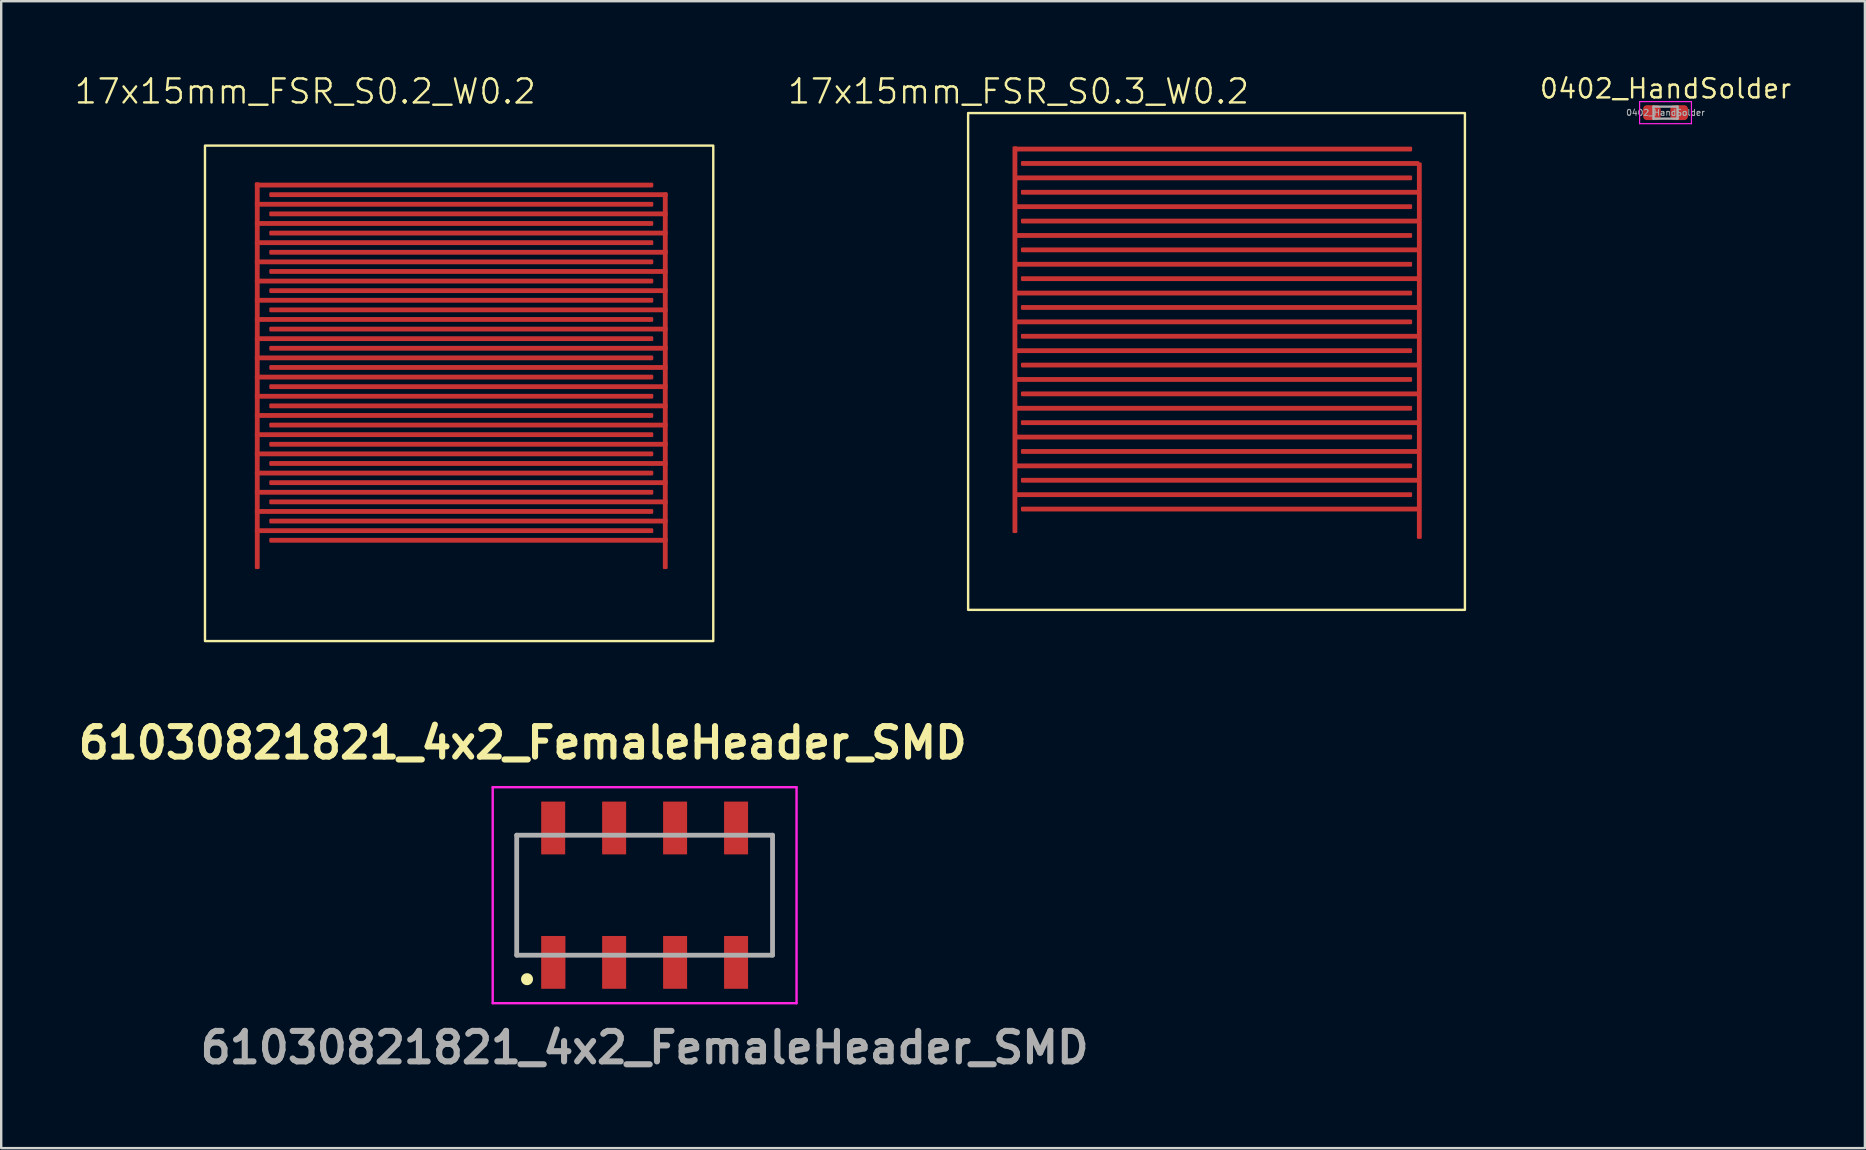
<source format=kicad_pcb>
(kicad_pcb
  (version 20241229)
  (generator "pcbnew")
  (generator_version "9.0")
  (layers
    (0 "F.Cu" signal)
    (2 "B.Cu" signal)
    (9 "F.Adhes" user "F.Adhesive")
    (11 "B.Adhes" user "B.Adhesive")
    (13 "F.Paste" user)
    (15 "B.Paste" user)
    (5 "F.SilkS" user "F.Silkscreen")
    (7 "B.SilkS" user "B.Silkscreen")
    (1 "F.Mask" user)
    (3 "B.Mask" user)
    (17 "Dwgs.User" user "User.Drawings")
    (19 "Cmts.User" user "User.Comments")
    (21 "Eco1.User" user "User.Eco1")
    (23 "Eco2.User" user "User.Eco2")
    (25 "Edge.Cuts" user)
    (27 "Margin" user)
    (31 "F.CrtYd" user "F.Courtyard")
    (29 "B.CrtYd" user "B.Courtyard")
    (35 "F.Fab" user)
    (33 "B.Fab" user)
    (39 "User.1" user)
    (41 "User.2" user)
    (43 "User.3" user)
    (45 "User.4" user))
  (footprint "17x15mm_FSR_S0.2_W0.2"
    (layer "F.Cu")
    (at 7.669 4.66)
    (property "Reference" "17x15mm_FSR_S0.2_W0.2" (at 2 -3.9 0) (unlocked yes) (layer "F.SilkS") (effects (font (size 1 1) (thickness 0.1))))
    (attr smd)
    (fp_rect (start -2.178 -1.644) (end 19 19) (stroke (width 0.1) (type default)) (fill no) (layer "F.SilkS"))
    (fp_rect (start 0 0) (end 17 15) (stroke (width 0.1) (type default)) (fill no) (layer "User.1"))
    (pad "1" smd roundrect (at 0 7.944) (size 0.2 16.112) (layers "F.Cu" "F.Mask" "F.Paste") (roundrect_rratio 0.25))
    (pad "1" smd roundrect (at 8.2 0) (size 16.6 0.2) (layers "F.Cu" "F.Mask" "F.Paste") (roundrect_rratio 0.25))
    (pad "1" smd roundrect (at 8.2 0.8) (size 16.6 0.2) (layers "F.Cu" "F.Mask" "F.Paste") (roundrect_rratio 0.25))
    (pad "1" smd roundrect (at 8.2 1.6) (size 16.6 0.2) (layers "F.Cu" "F.Mask" "F.Paste") (roundrect_rratio 0.25))
    (pad "1" smd roundrect (at 8.2 2.4) (size 16.6 0.2) (layers "F.Cu" "F.Mask" "F.Paste") (roundrect_rratio 0.25))
    (pad "1" smd roundrect (at 8.2 3.2) (size 16.6 0.2) (layers "F.Cu" "F.Mask" "F.Paste") (roundrect_rratio 0.25))
    (pad "1" smd roundrect (at 8.2 4) (size 16.6 0.2) (layers "F.Cu" "F.Mask" "F.Paste") (roundrect_rratio 0.25))
    (pad "1" smd roundrect (at 8.2 4.8) (size 16.6 0.2) (layers "F.Cu" "F.Mask" "F.Paste") (roundrect_rratio 0.25))
    (pad "1" smd roundrect (at 8.2 5.6) (size 16.6 0.2) (layers "F.Cu" "F.Mask" "F.Paste") (roundrect_rratio 0.25))
    (pad "1" smd roundrect (at 8.2 6.4) (size 16.6 0.2) (layers "F.Cu" "F.Mask" "F.Paste") (roundrect_rratio 0.25))
    (pad "1" smd roundrect (at 8.2 7.2) (size 16.6 0.2) (layers "F.Cu" "F.Mask" "F.Paste") (roundrect_rratio 0.25))
    (pad "1" smd roundrect (at 8.2 8) (size 16.6 0.2) (layers "F.Cu" "F.Mask" "F.Paste") (roundrect_rratio 0.25))
    (pad "1" smd roundrect (at 8.2 8.8) (size 16.6 0.2) (layers "F.Cu" "F.Mask" "F.Paste") (roundrect_rratio 0.25))
    (pad "1" smd roundrect (at 8.2 9.6) (size 16.6 0.2) (layers "F.Cu" "F.Mask" "F.Paste") (roundrect_rratio 0.25))
    (pad "1" smd roundrect (at 8.2 10.4) (size 16.6 0.2) (layers "F.Cu" "F.Mask" "F.Paste") (roundrect_rratio 0.25))
    (pad "1" smd roundrect (at 8.2 11.2) (size 16.6 0.2) (layers "F.Cu" "F.Mask" "F.Paste") (roundrect_rratio 0.25))
    (pad "1" smd roundrect (at 8.2 12) (size 16.6 0.2) (layers "F.Cu" "F.Mask" "F.Paste") (roundrect_rratio 0.25))
    (pad "1" smd roundrect (at 8.2 12.8) (size 16.6 0.2) (layers "F.Cu" "F.Mask" "F.Paste") (roundrect_rratio 0.25))
    (pad "1" smd roundrect (at 8.2 13.6) (size 16.6 0.2) (layers "F.Cu" "F.Mask" "F.Paste") (roundrect_rratio 0.25))
    (pad "1" smd roundrect (at 8.2 14.4) (size 16.6 0.2) (layers "F.Cu" "F.Mask" "F.Paste") (roundrect_rratio 0.25))
    (pad "2" smd roundrect (at 8.8 0.4) (size 16.6 0.2) (layers "F.Cu" "F.Mask" "F.Paste") (roundrect_rratio 0.25))
    (pad "2" smd roundrect (at 8.8 1.2) (size 16.6 0.2) (layers "F.Cu" "F.Mask" "F.Paste") (roundrect_rratio 0.25))
    (pad "2" smd roundrect (at 8.8 2) (size 16.6 0.2) (layers "F.Cu" "F.Mask" "F.Paste") (roundrect_rratio 0.25))
    (pad "2" smd roundrect (at 8.8 2.8) (size 16.6 0.2) (layers "F.Cu" "F.Mask" "F.Paste") (roundrect_rratio 0.25))
    (pad "2" smd roundrect (at 8.8 3.6) (size 16.6 0.2) (layers "F.Cu" "F.Mask" "F.Paste") (roundrect_rratio 0.25))
    (pad "2" smd roundrect (at 8.8 4.4) (size 16.6 0.2) (layers "F.Cu" "F.Mask" "F.Paste") (roundrect_rratio 0.25))
    (pad "2" smd roundrect (at 8.8 5.2) (size 16.6 0.2) (layers "F.Cu" "F.Mask" "F.Paste") (roundrect_rratio 0.25))
    (pad "2" smd roundrect (at 8.8 6) (size 16.6 0.2) (layers "F.Cu" "F.Mask" "F.Paste") (roundrect_rratio 0.25))
    (pad "2" smd roundrect (at 8.8 6.8) (size 16.6 0.2) (layers "F.Cu" "F.Mask" "F.Paste") (roundrect_rratio 0.25))
    (pad "2" smd roundrect (at 8.8 7.6) (size 16.6 0.2) (layers "F.Cu" "F.Mask" "F.Paste") (roundrect_rratio 0.25))
    (pad "2" smd roundrect (at 8.8 8.4) (size 16.6 0.2) (layers "F.Cu" "F.Mask" "F.Paste") (roundrect_rratio 0.25))
    (pad "2" smd roundrect (at 8.8 9.2) (size 16.6 0.2) (layers "F.Cu" "F.Mask" "F.Paste") (roundrect_rratio 0.25))
    (pad "2" smd roundrect (at 8.8 10) (size 16.6 0.2) (layers "F.Cu" "F.Mask" "F.Paste") (roundrect_rratio 0.25))
    (pad "2" smd roundrect (at 8.8 10.8) (size 16.6 0.2) (layers "F.Cu" "F.Mask" "F.Paste") (roundrect_rratio 0.25))
    (pad "2" smd roundrect (at 8.8 11.6) (size 16.6 0.2) (layers "F.Cu" "F.Mask" "F.Paste") (roundrect_rratio 0.25))
    (pad "2" smd roundrect (at 8.8 12.4) (size 16.6 0.2) (layers "F.Cu" "F.Mask" "F.Paste") (roundrect_rratio 0.25))
    (pad "2" smd roundrect (at 8.8 13.2) (size 16.6 0.2) (layers "F.Cu" "F.Mask" "F.Paste") (roundrect_rratio 0.25))
    (pad "2" smd roundrect (at 8.8 14) (size 16.6 0.2) (layers "F.Cu" "F.Mask" "F.Paste") (roundrect_rratio 0.25))
    (pad "2" smd roundrect (at 8.8 14.8) (size 16.6 0.2) (layers "F.Cu" "F.Mask" "F.Paste") (roundrect_rratio 0.25))
    (pad "2" smd roundrect (at 17 8.157) (size 0.2 15.687) (layers "F.Cu" "F.Mask" "F.Paste") (roundrect_rratio 0.25)))
  (footprint "61030821821_4x2_FemaleHeader_SMD"
    (layer "F.Cu")
    (at 23.809 34.249)
    (property "Reference" "61030821821_4x2_FemaleHeader_SMD" (at -5.08 -6.35 0) (layer "F.SilkS") (effects (font (size 1.27 1.27) (thickness 0.254))))
    (attr smd)
    (fp_line (start -5.33 -2.5) (end -5.33 2.5) (stroke (width 0.1) (type solid)) (layer "F.SilkS"))
    (fp_line (start 5.33 -2.5) (end 5.33 2.5) (stroke (width 0.1) (type solid)) (layer "F.SilkS"))
    (fp_circle (center -4.9 3.5) (end -4.7 3.5) (stroke (width 0.1) (type solid)) (fill yes) (layer "F.SilkS"))
    (fp_line (start -6.33 -4.5) (end 6.33 -4.5) (stroke (width 0.1) (type solid)) (layer "F.CrtYd"))
    (fp_line (start -6.33 4.5) (end -6.33 -4.5) (stroke (width 0.1) (type solid)) (layer "F.CrtYd"))
    (fp_line (start 6.33 -4.5) (end 6.33 4.5) (stroke (width 0.1) (type solid)) (layer "F.CrtYd"))
    (fp_line (start 6.33 4.5) (end -6.33 4.5) (stroke (width 0.1) (type solid)) (layer "F.CrtYd"))
    (fp_line (start -5.33 -2.5) (end 5.33 -2.5) (stroke (width 0.2) (type solid)) (layer "F.Fab"))
    (fp_line (start -5.33 2.5) (end -5.33 -2.5) (stroke (width 0.2) (type solid)) (layer "F.Fab"))
    (fp_line (start 5.33 -2.5) (end 5.33 2.5) (stroke (width 0.2) (type solid)) (layer "F.Fab"))
    (fp_line (start 5.33 2.5) (end -5.33 2.5) (stroke (width 0.2) (type solid)) (layer "F.Fab"))
    (fp_text user "${REFERENCE}" (at 0 6.35 0) (layer "F.Fab") (effects (font (size 1.27 1.27) (thickness 0.254))))
    (pad "1" smd rect (at -3.805 2.8) (size 1.01 2.2) (layers "F.Cu" "F.Mask" "F.Paste"))
    (pad "2" smd rect (at -3.81 -2.8) (size 1 2.2) (layers "F.Cu" "F.Mask" "F.Paste"))
    (pad "3" smd rect (at -1.27 2.8) (size 1 2.2) (layers "F.Cu" "F.Mask" "F.Paste"))
    (pad "4" smd rect (at -1.27 -2.8) (size 1 2.2) (layers "F.Cu" "F.Mask" "F.Paste"))
    (pad "5" smd rect (at 1.27 2.8) (size 1 2.2) (layers "F.Cu" "F.Mask" "F.Paste"))
    (pad "6" smd rect (at 1.27 -2.8) (size 1 2.2) (layers "F.Cu" "F.Mask" "F.Paste"))
    (pad "7" smd rect (at 3.81 2.8) (size 1 2.2) (layers "F.Cu" "F.Mask" "F.Paste"))
    (pad "8" smd rect (at 3.81 -2.8) (size 1 2.2) (layers "F.Cu" "F.Mask" "F.Paste")))
  (footprint "17x15mm_FSR_S0.3_W0.2"
    (layer "F.Cu")
    (at 39.088 3.16)
    (property "Reference" "17x15mm_FSR_S0.3_W0.2" (at 0.3 -2.4 0) (unlocked yes) (layer "F.SilkS") (effects (font (size 1 1) (thickness 0.1))))
    (attr smd)
    (fp_rect (start -1.8 -1.5) (end 18.9 19.2) (stroke (width 0.1) (type default)) (fill no) (layer "F.SilkS"))
    (fp_rect (start 0 0) (end 17 15) (stroke (width 0.1) (type default)) (fill no) (layer "User.1"))
    (pad "1" smd roundrect (at 0.15 7.944) (size 0.2 16.112) (layers "F.Cu" "F.Mask" "F.Paste") (roundrect_rratio 0.25))
    (pad "1" smd roundrect (at 8.4 0) (size 16.6 0.2) (layers "F.Cu" "F.Mask" "F.Paste") (roundrect_rratio 0.25))
    (pad "1" smd roundrect (at 8.4 1.2) (size 16.6 0.2) (layers "F.Cu" "F.Mask" "F.Paste") (roundrect_rratio 0.25))
    (pad "1" smd roundrect (at 8.4 2.4) (size 16.6 0.2) (layers "F.Cu" "F.Mask" "F.Paste") (roundrect_rratio 0.25))
    (pad "1" smd roundrect (at 8.4 3.6) (size 16.6 0.2) (layers "F.Cu" "F.Mask" "F.Paste") (roundrect_rratio 0.25))
    (pad "1" smd roundrect (at 8.4 4.8) (size 16.6 0.2) (layers "F.Cu" "F.Mask" "F.Paste") (roundrect_rratio 0.25))
    (pad "1" smd roundrect (at 8.4 6) (size 16.6 0.2) (layers "F.Cu" "F.Mask" "F.Paste") (roundrect_rratio 0.25))
    (pad "1" smd roundrect (at 8.4 7.2) (size 16.6 0.2) (layers "F.Cu" "F.Mask" "F.Paste") (roundrect_rratio 0.25))
    (pad "1" smd roundrect (at 8.4 8.4) (size 16.6 0.2) (layers "F.Cu" "F.Mask" "F.Paste") (roundrect_rratio 0.25))
    (pad "1" smd roundrect (at 8.4 9.6) (size 16.6 0.2) (layers "F.Cu" "F.Mask" "F.Paste") (roundrect_rratio 0.25))
    (pad "1" smd roundrect (at 8.4 10.8) (size 16.6 0.2) (layers "F.Cu" "F.Mask" "F.Paste") (roundrect_rratio 0.25))
    (pad "1" smd roundrect (at 8.4 12) (size 16.6 0.2) (layers "F.Cu" "F.Mask" "F.Paste") (roundrect_rratio 0.25))
    (pad "1" smd roundrect (at 8.4 13.2) (size 16.6 0.2) (layers "F.Cu" "F.Mask" "F.Paste") (roundrect_rratio 0.25))
    (pad "1" smd roundrect (at 8.4 14.4) (size 16.6 0.2) (layers "F.Cu" "F.Mask" "F.Paste") (roundrect_rratio 0.25))
    (pad "2" smd roundrect (at 8.7 0.6) (size 16.6 0.2) (layers "F.Cu" "F.Mask" "F.Paste") (roundrect_rratio 0.25))
    (pad "2" smd roundrect (at 8.7 1.8) (size 16.6 0.2) (layers "F.Cu" "F.Mask" "F.Paste") (roundrect_rratio 0.25))
    (pad "2" smd roundrect (at 8.7 3) (size 16.6 0.2) (layers "F.Cu" "F.Mask" "F.Paste") (roundrect_rratio 0.25))
    (pad "2" smd roundrect (at 8.7 4.2) (size 16.6 0.2) (layers "F.Cu" "F.Mask" "F.Paste") (roundrect_rratio 0.25))
    (pad "2" smd roundrect (at 8.7 5.4) (size 16.6 0.2) (layers "F.Cu" "F.Mask" "F.Paste") (roundrect_rratio 0.25))
    (pad "2" smd roundrect (at 8.7 6.6) (size 16.6 0.2) (layers "F.Cu" "F.Mask" "F.Paste") (roundrect_rratio 0.25))
    (pad "2" smd roundrect (at 8.7 7.8) (size 16.6 0.2) (layers "F.Cu" "F.Mask" "F.Paste") (roundrect_rratio 0.25))
    (pad "2" smd roundrect (at 8.7 9) (size 16.6 0.2) (layers "F.Cu" "F.Mask" "F.Paste") (roundrect_rratio 0.25))
    (pad "2" smd roundrect (at 8.7 10.2) (size 16.6 0.2) (layers "F.Cu" "F.Mask" "F.Paste") (roundrect_rratio 0.25))
    (pad "2" smd roundrect (at 8.7 11.4) (size 16.6 0.2) (layers "F.Cu" "F.Mask" "F.Paste") (roundrect_rratio 0.25))
    (pad "2" smd roundrect (at 8.7 12.6) (size 16.6 0.2) (layers "F.Cu" "F.Mask" "F.Paste") (roundrect_rratio 0.25))
    (pad "2" smd roundrect (at 8.7 13.8) (size 16.6 0.2) (layers "F.Cu" "F.Mask" "F.Paste") (roundrect_rratio 0.25))
    (pad "2" smd roundrect (at 8.7 15) (size 16.6 0.2) (layers "F.Cu" "F.Mask" "F.Paste") (roundrect_rratio 0.25))
    (pad "2" smd roundrect (at 17 8.4) (size 0.2 15.687) (layers "F.Cu" "F.Mask" "F.Paste") (roundrect_rratio 0.25)))
  (footprint "0402_HandSolder"
    (layer "F.Cu")
    (at 66.346 1.643)
    (property "Reference" "0402_HandSolder" (at 0 -1 0) (unlocked yes) (layer "F.SilkS") (effects (font (size 0.8 0.8) (thickness 0.1))))
    (attr smd)
    (fp_line (start -1.08 -0.46) (end 1.08 -0.46) (stroke (width 0.05) (type solid)) (layer "F.CrtYd"))
    (fp_line (start -1.08 0.46) (end -1.08 -0.46) (stroke (width 0.05) (type solid)) (layer "F.CrtYd"))
    (fp_line (start 1.08 -0.46) (end 1.08 0.46) (stroke (width 0.05) (type solid)) (layer "F.CrtYd"))
    (fp_line (start 1.08 0.46) (end -1.08 0.46) (stroke (width 0.05) (type solid)) (layer "F.CrtYd"))
    (fp_line (start -0.5 -0.25) (end 0.5 -0.25) (stroke (width 0.1) (type solid)) (layer "F.Fab"))
    (fp_line (start -0.5 0.25) (end -0.5 -0.25) (stroke (width 0.1) (type solid)) (layer "F.Fab"))
    (fp_line (start 0.5 -0.25) (end 0.5 0.25) (stroke (width 0.1) (type solid)) (layer "F.Fab"))
    (fp_line (start 0.5 0.25) (end -0.5 0.25) (stroke (width 0.1) (type solid)) (layer "F.Fab"))
    (fp_text user "${REFERENCE}" (at 0 0 0) (layer "F.Fab") (effects (font (size 0.25 0.25) (thickness 0.04))))
    (pad "1" smd roundrect (at -0.568 0) (size 0.735 0.62) (layers "F.Cu" "F.Mask" "F.Paste") (roundrect_rratio 0.25))
    (pad "2" smd roundrect (at 0.568 0) (size 0.735 0.62) (layers "F.Cu" "F.Mask" "F.Paste") (roundrect_rratio 0.25)))
  (gr_rect
    (start -3 -3)
    (end 74.654 44.788)
    (stroke (width 0.1) (type default))
    (fill no)
    (layer "Edge.Cuts")))
</source>
